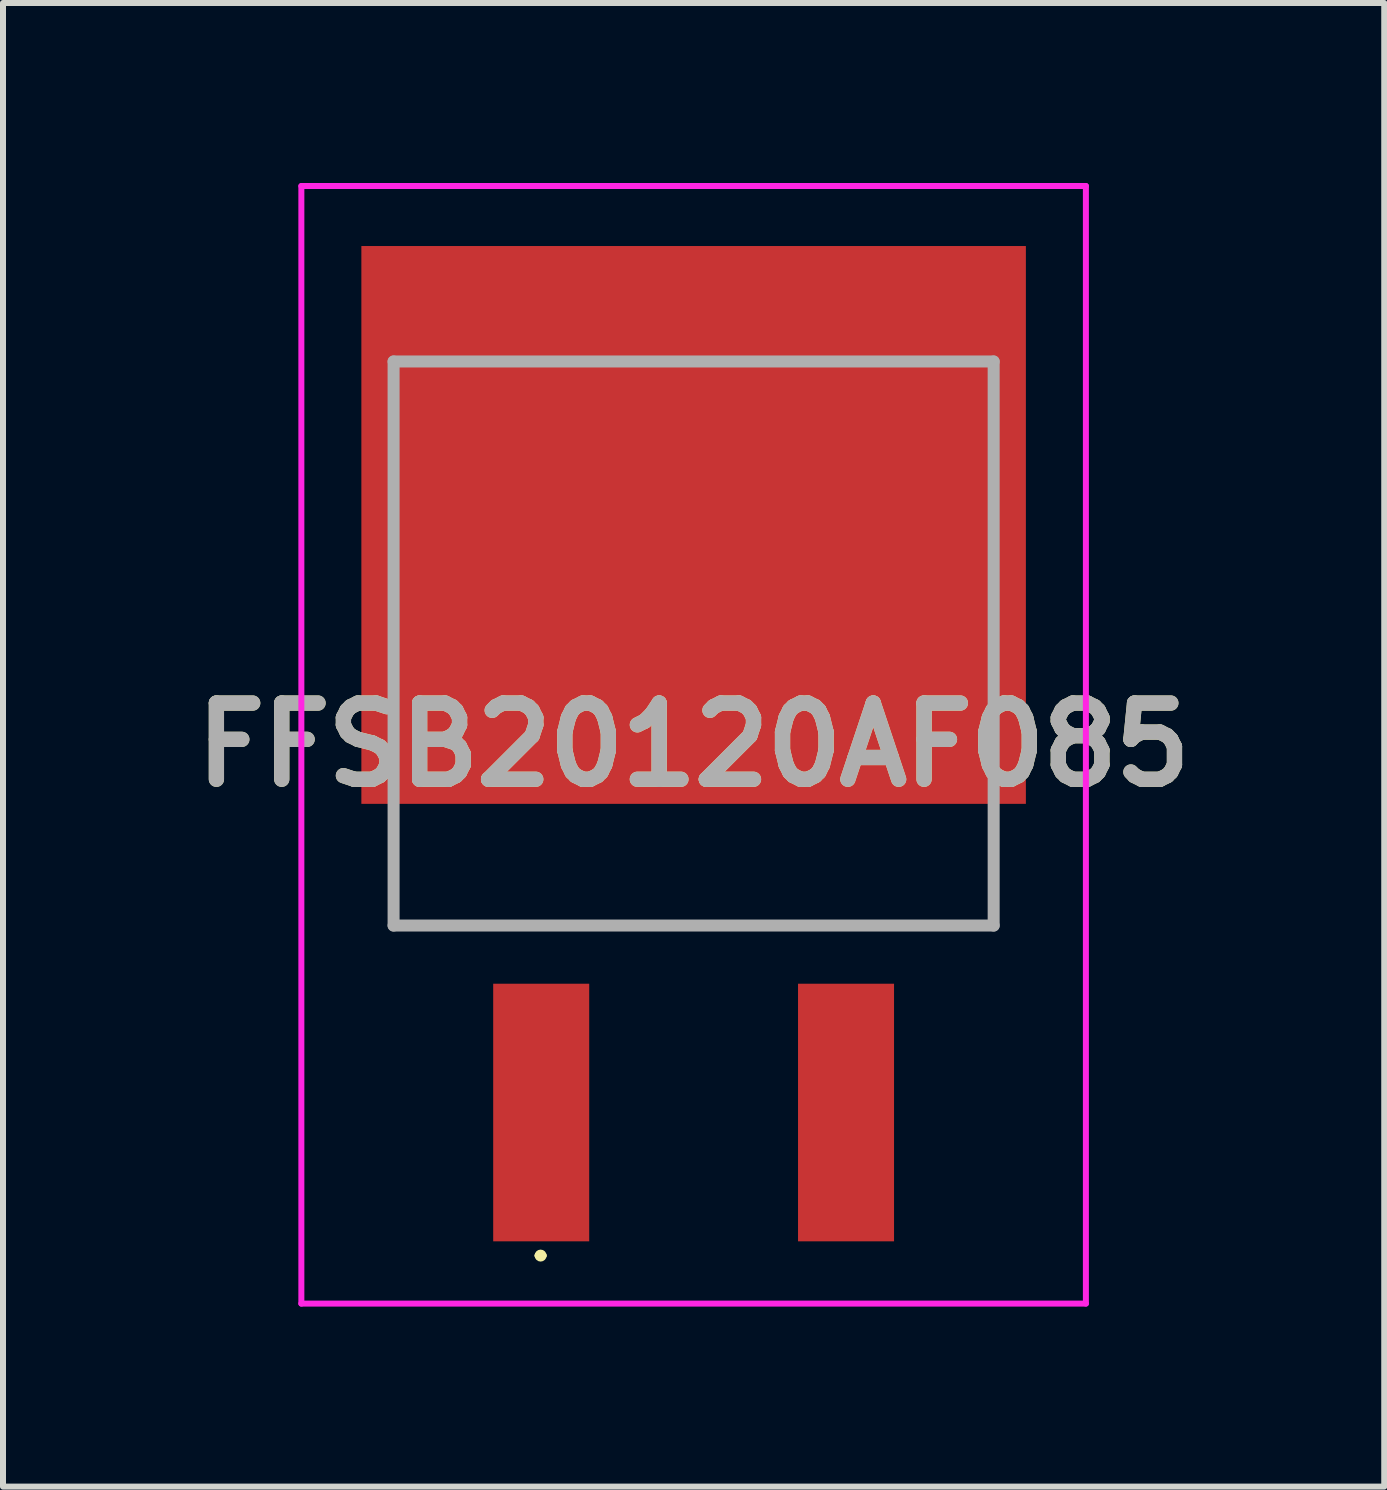
<source format=kicad_pcb>
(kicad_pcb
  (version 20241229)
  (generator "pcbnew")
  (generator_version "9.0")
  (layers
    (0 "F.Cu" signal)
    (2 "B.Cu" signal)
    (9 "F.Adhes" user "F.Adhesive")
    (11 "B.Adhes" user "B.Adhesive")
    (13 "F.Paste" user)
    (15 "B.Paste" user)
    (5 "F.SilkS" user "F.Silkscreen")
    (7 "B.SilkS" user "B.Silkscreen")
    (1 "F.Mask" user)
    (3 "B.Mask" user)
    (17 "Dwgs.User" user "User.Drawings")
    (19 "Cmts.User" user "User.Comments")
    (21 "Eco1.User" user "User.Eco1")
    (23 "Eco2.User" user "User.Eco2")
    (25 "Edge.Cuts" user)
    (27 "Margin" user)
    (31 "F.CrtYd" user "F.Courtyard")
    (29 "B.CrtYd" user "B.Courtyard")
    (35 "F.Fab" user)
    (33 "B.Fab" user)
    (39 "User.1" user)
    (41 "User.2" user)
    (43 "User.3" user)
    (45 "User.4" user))
  (footprint "FFSB20120AF085"
    (layer "F.Cu")
    (at 8.509 9.362)
    (property "Reference" "FFSB20120AF085" (at 0 0 0) (layer "F.SilkS") (effects (font (size 1.27 1.27) (thickness 0.254))))
    (attr smd)
    (fp_line (start -5 1.632) (end -5 3.012) (stroke (width 0.1) (type solid)) (layer "F.SilkS"))
    (fp_line (start -5 3.012) (end 5 3.012) (stroke (width 0.1) (type solid)) (layer "F.SilkS"))
    (fp_line (start -2.6 8.512) (end -2.6 8.512) (stroke (width 0.1) (type solid)) (layer "F.SilkS"))
    (fp_line (start -2.5 8.512) (end -2.5 8.512) (stroke (width 0.1) (type solid)) (layer "F.SilkS"))
    (fp_line (start 5 3.012) (end 5 1.632) (stroke (width 0.1) (type solid)) (layer "F.SilkS"))
    (fp_arc (start -2.6 8.512) (mid -2.55 8.462) (end -2.5 8.512) (stroke (width 0.1) (type solid)) (layer "F.SilkS"))
    (fp_arc (start -2.5 8.512) (mid -2.55 8.562) (end -2.6 8.512) (stroke (width 0.1) (type solid)) (layer "F.SilkS"))
    (fp_line (start -6.537 -9.312) (end 6.537 -9.312) (stroke (width 0.1) (type solid)) (layer "F.CrtYd"))
    (fp_line (start -6.537 9.312) (end -6.537 -9.312) (stroke (width 0.1) (type solid)) (layer "F.CrtYd"))
    (fp_line (start 6.537 -9.312) (end 6.537 9.312) (stroke (width 0.1) (type solid)) (layer "F.CrtYd"))
    (fp_line (start 6.537 9.312) (end -6.537 9.312) (stroke (width 0.1) (type solid)) (layer "F.CrtYd"))
    (fp_line (start -5 -6.388) (end 5 -6.388) (stroke (width 0.2) (type solid)) (layer "F.Fab"))
    (fp_line (start -5 3.012) (end -5 -6.388) (stroke (width 0.2) (type solid)) (layer "F.Fab"))
    (fp_line (start 5 -6.388) (end 5 3.012) (stroke (width 0.2) (type solid)) (layer "F.Fab"))
    (fp_line (start 5 3.012) (end -5 3.012) (stroke (width 0.2) (type solid)) (layer "F.Fab"))
    (fp_text user "${REFERENCE}" (at 0 0 0) (layer "F.Fab") (effects (font (size 1.27 1.27) (thickness 0.254))))
    (pad "1" smd rect (at -2.54 6.128) (size 1.6 4.293) (layers "F.Cu" "F.Mask" "F.Paste"))
    (pad "2" smd rect (at 2.54 6.128) (size 1.6 4.293) (layers "F.Cu" "F.Mask" "F.Paste"))
    (pad "3" smd rect (at 0 -3.664 90) (size 9.296 11.074) (layers "F.Cu" "F.Mask" "F.Paste")))
  (gr_rect
    (start -3 -3)
    (end 20.018 21.724)
    (stroke (width 0.1) (type default))
    (fill no)
    (layer "Edge.Cuts")))
</source>
